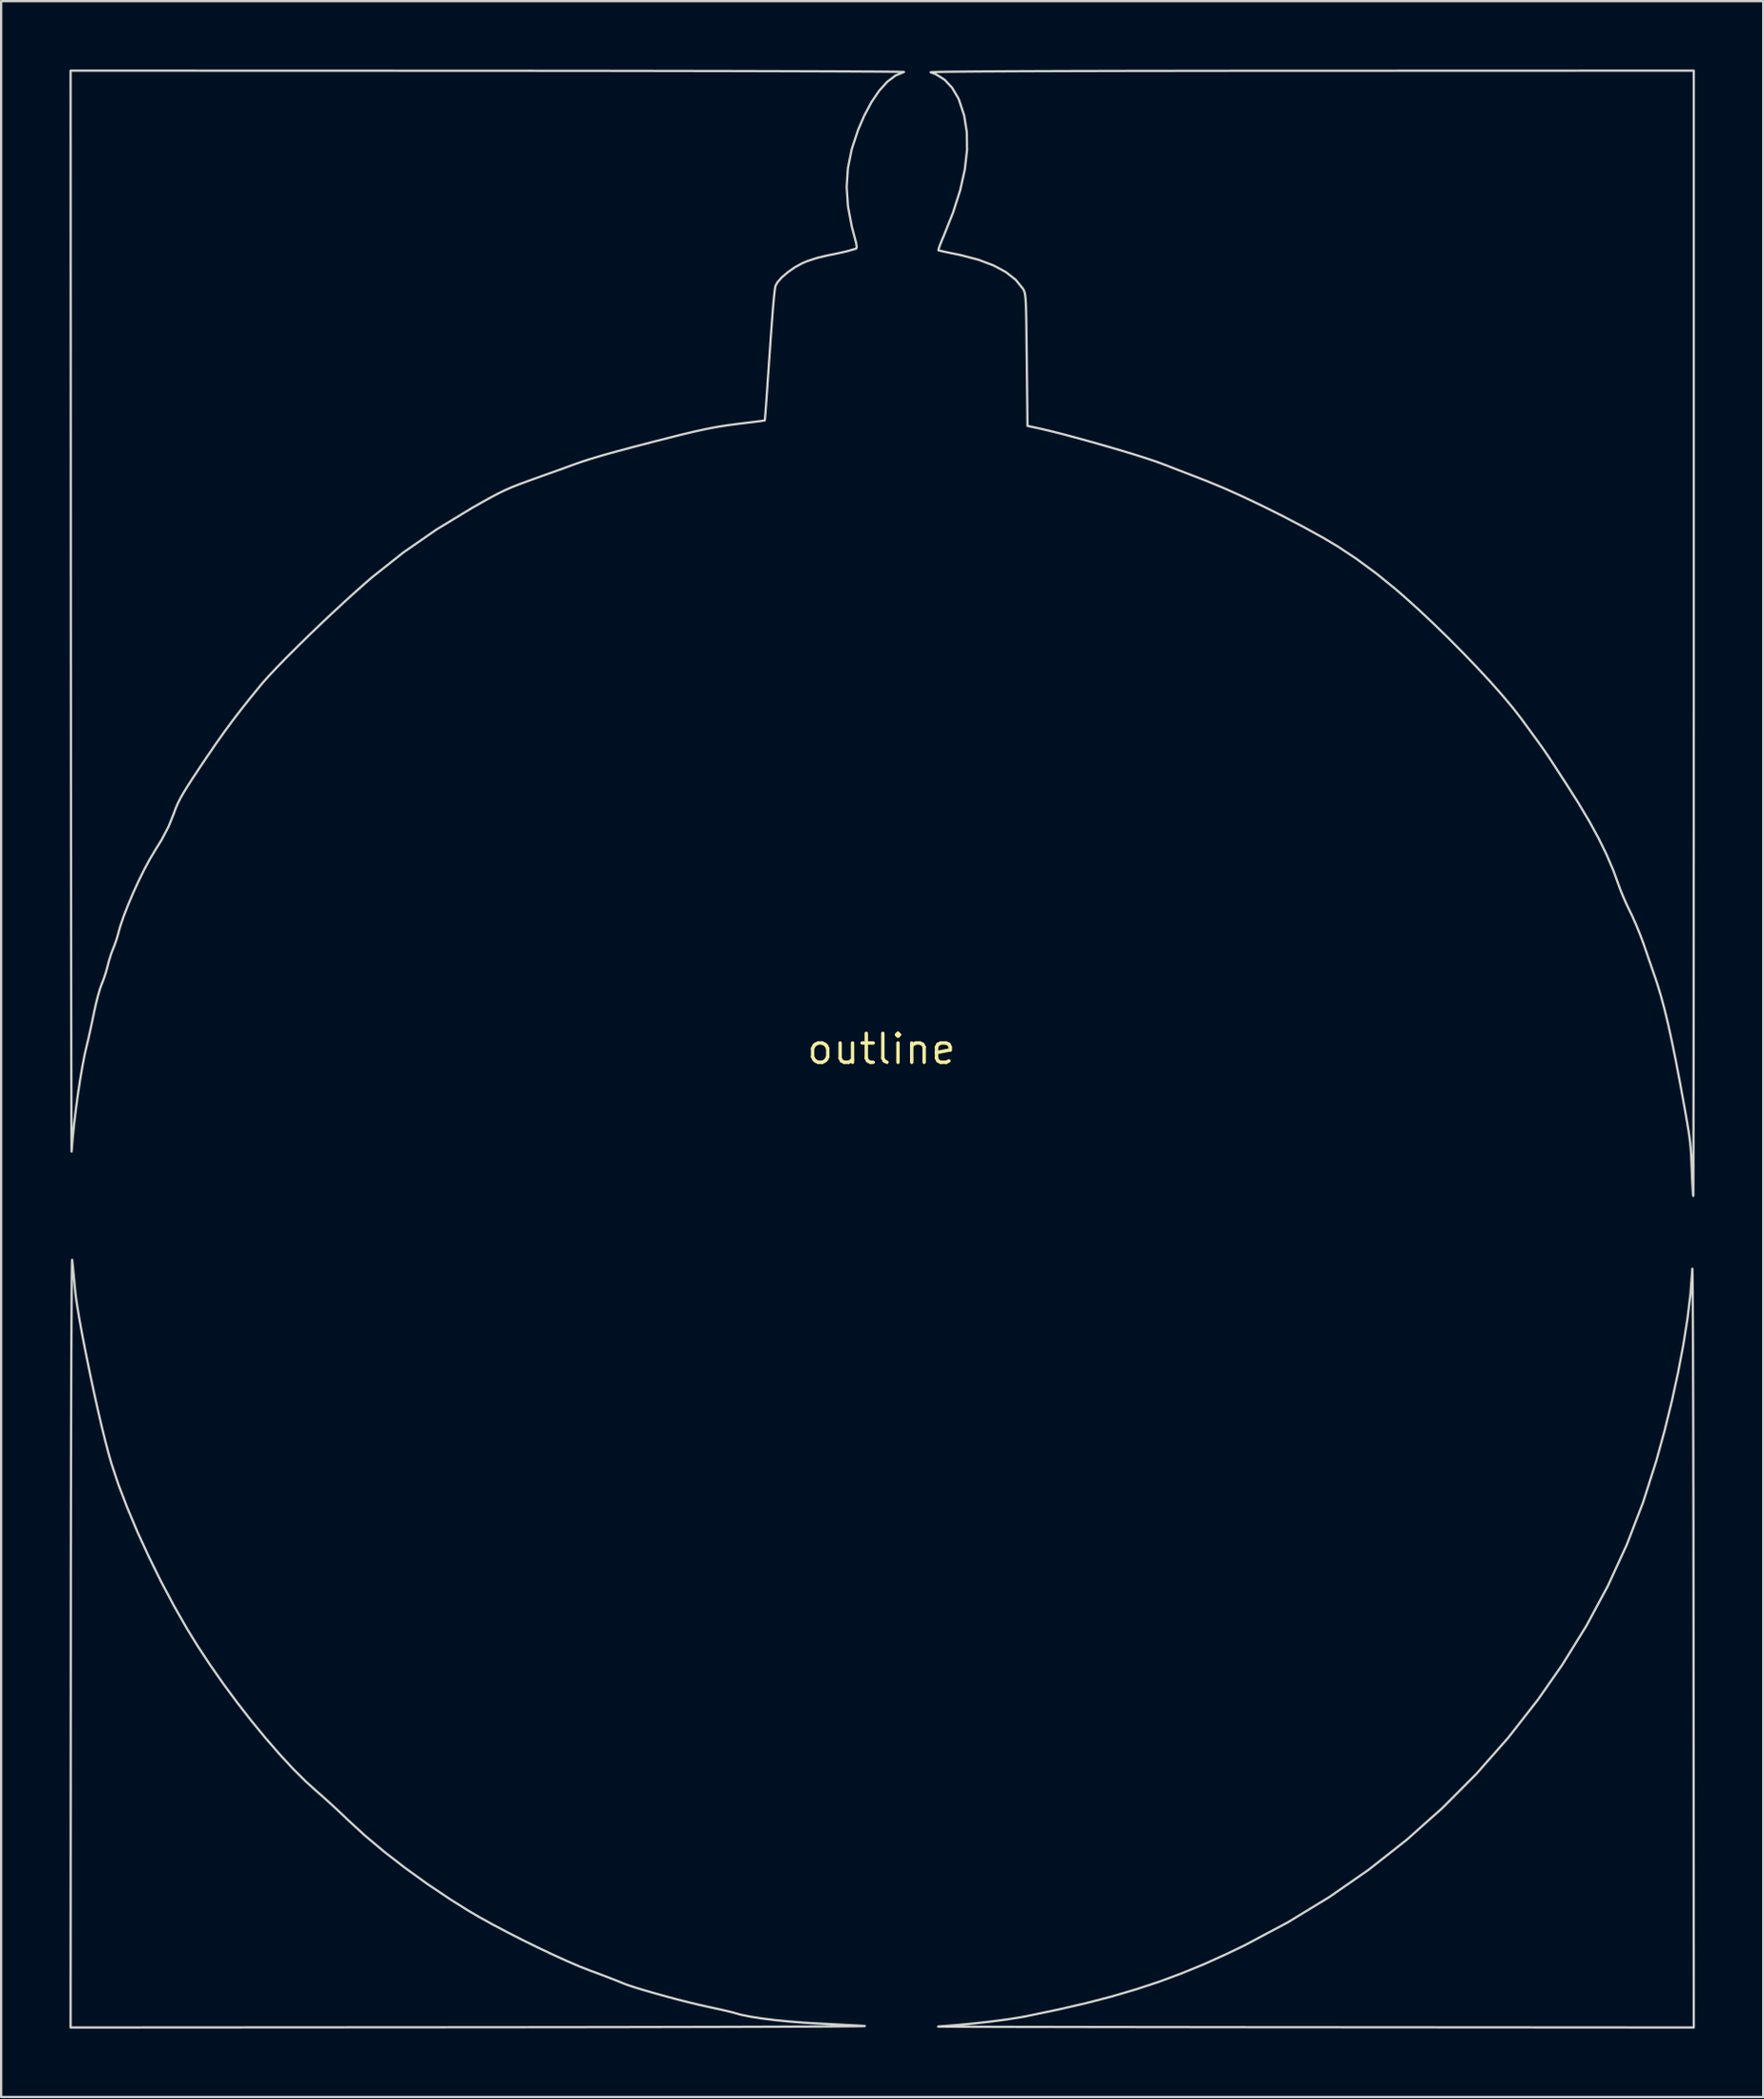
<source format=kicad_pcb>
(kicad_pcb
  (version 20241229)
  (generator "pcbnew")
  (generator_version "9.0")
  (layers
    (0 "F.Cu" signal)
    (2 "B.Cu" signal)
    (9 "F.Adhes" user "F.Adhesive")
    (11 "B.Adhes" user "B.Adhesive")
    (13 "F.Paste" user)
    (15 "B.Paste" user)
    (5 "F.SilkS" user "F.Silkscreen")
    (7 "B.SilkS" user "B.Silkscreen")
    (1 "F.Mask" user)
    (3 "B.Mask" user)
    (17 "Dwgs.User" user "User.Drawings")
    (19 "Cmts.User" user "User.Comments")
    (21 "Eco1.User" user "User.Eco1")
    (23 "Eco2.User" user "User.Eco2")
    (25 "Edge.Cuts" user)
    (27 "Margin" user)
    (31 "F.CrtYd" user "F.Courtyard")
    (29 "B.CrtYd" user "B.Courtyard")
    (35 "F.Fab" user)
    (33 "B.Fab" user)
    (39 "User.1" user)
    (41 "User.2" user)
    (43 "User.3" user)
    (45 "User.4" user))
  (footprint "outline"
    (layer "F.Cu")
    (at 35.661 43)
    (property "Reference" "outline" (at 0 0 0) (layer "F.SilkS") (effects (font (size 1.27 1.27) (thickness 0.15))))
    (attr board_only exclude_from_pos_files exclude_from_bom)
    (fp_poly (pts (xy 35.616 9.737) (xy 35.62 9.947) (xy 35.624 10.27) (xy 35.628 10.702) (xy 35.631 11.238) (xy 35.635 11.873) (xy 35.639 12.602) (xy 35.642 13.42) (xy 35.645 14.323) (xy 35.648 15.306) (xy 35.651 16.364) (xy 35.654 17.493) (xy 35.656 18.687) (xy 35.659 19.942) (xy 35.661 21.252) (xy 35.662 22.614) (xy 35.664 24.023) (xy 35.665 25.473) (xy 35.665 25.767) (xy 35.675 42.95) (xy 18.938 42.939) (xy 17.49 42.938) (xy 16.076 42.937) (xy 14.704 42.936) (xy 13.377 42.934) (xy 12.102 42.933) (xy 10.883 42.931) (xy 9.725 42.93) (xy 8.633 42.928) (xy 7.614 42.926) (xy 6.671 42.924) (xy 5.81 42.923) (xy 5.036 42.921) (xy 4.355 42.919) (xy 3.771 42.917) (xy 3.29 42.915) (xy 2.916 42.913) (xy 2.656 42.911) (xy 2.513 42.91) (xy 2.489 42.908) (xy 3.283 42.846) (xy 4.067 42.771) (xy 4.815 42.687) (xy 5.503 42.596) (xy 6.104 42.502) (xy 6.414 42.444) (xy 7.748 42.166) (xy 8.974 41.883) (xy 10.112 41.588) (xy 11.182 41.275) (xy 12.204 40.937) (xy 13.198 40.569) (xy 14.184 40.163) (xy 15.18 39.713) (xy 15.943 39.345) (xy 17.844 38.335) (xy 19.665 37.226) (xy 21.405 36.019) (xy 23.062 34.715) (xy 24.636 33.314) (xy 26.124 31.819) (xy 27.526 30.23) (xy 28.84 28.549) (xy 29.901 27.027) (xy 30.962 25.313) (xy 31.904 23.561) (xy 32.731 21.761) (xy 33.447 19.903) (xy 34.036 18.056) (xy 34.395 16.742) (xy 34.714 15.445) (xy 34.99 14.18) (xy 35.22 12.963) (xy 35.401 11.809) (xy 35.53 10.736) (xy 35.604 9.759) (xy 35.608 9.675) (xy 35.612 9.644)) (stroke (width 0.1) (type solid)) (fill no) (layer "Edge.Cuts"))
    (fp_poly (pts (xy -35.543 9.254) (xy -35.517 9.483) (xy -35.486 9.798) (xy -35.452 10.155) (xy -35.422 10.498) (xy -35.383 10.846) (xy -35.316 11.3) (xy -35.226 11.842) (xy -35.115 12.453) (xy -34.988 13.117) (xy -34.848 13.815) (xy -34.7 14.528) (xy -34.546 15.241) (xy -34.391 15.933) (xy -34.239 16.587) (xy -34.092 17.186) (xy -33.955 17.712) (xy -33.832 18.146) (xy -33.819 18.188) (xy -33.505 19.13) (xy -33.118 20.144) (xy -32.67 21.206) (xy -32.172 22.291) (xy -31.636 23.376) (xy -31.074 24.436) (xy -30.497 25.446) (xy -30.042 26.186) (xy -29.495 27.018) (xy -28.909 27.855) (xy -28.297 28.684) (xy -27.671 29.488) (xy -27.043 30.252) (xy -26.426 30.962) (xy -25.833 31.602) (xy -25.275 32.157) (xy -24.826 32.561) (xy -24.561 32.792) (xy -24.24 33.081) (xy -23.894 33.399) (xy -23.559 33.716) (xy -23.422 33.848) (xy -22.681 34.528) (xy -21.842 35.231) (xy -20.925 35.942) (xy -19.952 36.643) (xy -18.945 37.319) (xy -18.147 37.819) (xy -17.645 38.112) (xy -17.065 38.433) (xy -16.43 38.768) (xy -15.764 39.108) (xy -15.091 39.439) (xy -14.433 39.751) (xy -13.815 40.031) (xy -13.26 40.27) (xy -12.796 40.452) (xy -12.417 40.592) (xy -12.053 40.729) (xy -11.732 40.853) (xy -11.481 40.953) (xy -11.355 41.005) (xy -11.138 41.088) (xy -10.819 41.193) (xy -10.418 41.315) (xy -9.959 41.447) (xy -9.462 41.585) (xy -8.949 41.721) (xy -8.442 41.849) (xy -7.962 41.965) (xy -7.563 42.054) (xy -7.217 42.129) (xy -6.904 42.2) (xy -6.652 42.259) (xy -6.486 42.302) (xy -6.446 42.314) (xy -6.143 42.397) (xy -5.731 42.478) (xy -5.227 42.556) (xy -4.651 42.627) (xy -4.02 42.689) (xy -3.352 42.741) (xy -2.88 42.769) (xy -2.411 42.793) (xy -1.93 42.818) (xy -1.469 42.843) (xy -1.064 42.865) (xy -0.75 42.883) (xy -0.734 42.884) (xy -0.732 42.887) (xy -0.853 42.891) (xy -1.092 42.895) (xy -1.444 42.898) (xy -1.905 42.902) (xy -2.469 42.906) (xy -3.132 42.909) (xy -3.889 42.912) (xy -4.734 42.916) (xy -5.664 42.919) (xy -6.673 42.922) (xy -7.757 42.925) (xy -8.911 42.927) (xy -10.129 42.93) (xy -11.408 42.932) (xy -12.742 42.934) (xy -14.126 42.936) (xy -15.556 42.937) (xy -17.027 42.938) (xy -17.79 42.939) (xy -35.611 42.95) (xy -35.602 25.895) (xy -35.601 24.433) (xy -35.6 23.009) (xy -35.598 21.625) (xy -35.597 20.289) (xy -35.594 19.003) (xy -35.592 17.774) (xy -35.589 16.607) (xy -35.586 15.507) (xy -35.583 14.478) (xy -35.58 13.527) (xy -35.576 12.657) (xy -35.572 11.874) (xy -35.568 11.183) (xy -35.564 10.589) (xy -35.56 10.097) (xy -35.556 9.712) (xy -35.552 9.44) (xy -35.547 9.285) (xy -35.543 9.252)) (stroke (width 0.1) (type solid)) (fill no) (layer "Edge.Cuts"))
    (fp_poly (pts (xy 35.675 -18.252) (xy 35.675 -16.484) (xy 35.675 -14.749) (xy 35.674 -13.051) (xy 35.674 -11.394) (xy 35.674 -9.783) (xy 35.673 -8.222) (xy 35.672 -6.715) (xy 35.672 -5.267) (xy 35.671 -3.883) (xy 35.67 -2.565) (xy 35.669 -1.32) (xy 35.668 -0.151) (xy 35.667 0.938) (xy 35.665 1.942) (xy 35.664 2.857) (xy 35.663 3.678) (xy 35.662 4.402) (xy 35.66 5.023) (xy 35.659 5.538) (xy 35.657 5.942) (xy 35.656 6.23) (xy 35.654 6.399) (xy 35.653 6.446) (xy 35.643 6.385) (xy 35.631 6.218) (xy 35.616 5.963) (xy 35.6 5.641) (xy 35.587 5.313) (xy 35.571 4.932) (xy 35.557 4.623) (xy 35.539 4.359) (xy 35.517 4.114) (xy 35.485 3.862) (xy 35.442 3.576) (xy 35.384 3.229) (xy 35.309 2.796) (xy 35.266 2.553) (xy 35.071 1.477) (xy 34.888 0.519) (xy 34.715 -0.331) (xy 34.55 -1.083) (xy 34.39 -1.747) (xy 34.233 -2.331) (xy 34.078 -2.846) (xy 33.995 -3.095) (xy 33.858 -3.49) (xy 33.707 -3.928) (xy 33.561 -4.351) (xy 33.454 -4.661) (xy 33.315 -5.034) (xy 33.147 -5.444) (xy 32.976 -5.83) (xy 32.877 -6.033) (xy 32.723 -6.354) (xy 32.572 -6.695) (xy 32.446 -7.005) (xy 32.395 -7.148) (xy 32.145 -7.834) (xy 31.85 -8.525) (xy 31.502 -9.237) (xy 31.091 -9.99) (xy 30.608 -10.801) (xy 30.126 -11.561) (xy 29.924 -11.872) (xy 29.722 -12.183) (xy 29.543 -12.459) (xy 29.409 -12.665) (xy 29.401 -12.677) (xy 29.27 -12.874) (xy 29.115 -13.1) (xy 28.923 -13.37) (xy 28.686 -13.699) (xy 28.392 -14.102) (xy 28.08 -14.526) (xy 27.712 -14.999) (xy 27.26 -15.537) (xy 26.739 -16.125) (xy 26.162 -16.747) (xy 25.545 -17.389) (xy 24.903 -18.036) (xy 24.25 -18.671) (xy 23.602 -19.281) (xy 22.972 -19.849) (xy 22.56 -20.206) (xy 21.728 -20.88) (xy 20.877 -21.507) (xy 20.038 -22.064) (xy 19.441 -22.42) (xy 18.538 -22.917) (xy 17.617 -23.399) (xy 16.701 -23.856) (xy 15.815 -24.276) (xy 14.981 -24.648) (xy 14.224 -24.96) (xy 14.104 -25.006) (xy 13.697 -25.163) (xy 13.26 -25.331) (xy 12.839 -25.494) (xy 12.478 -25.634) (xy 12.381 -25.672) (xy 12.052 -25.792) (xy 11.62 -25.936) (xy 11.107 -26.098) (xy 10.534 -26.272) (xy 9.924 -26.451) (xy 9.297 -26.63) (xy 8.675 -26.802) (xy 8.08 -26.961) (xy 7.533 -27.101) (xy 7.055 -27.216) (xy 6.829 -27.267) (xy 6.414 -27.355) (xy 6.382 -30.255) (xy 6.374 -30.938) (xy 6.367 -31.505) (xy 6.361 -31.969) (xy 6.353 -32.34) (xy 6.344 -32.631) (xy 6.333 -32.854) (xy 6.32 -33.02) (xy 6.303 -33.141) (xy 6.282 -33.229) (xy 6.257 -33.296) (xy 6.226 -33.354) (xy 6.202 -33.391) (xy 5.893 -33.771) (xy 5.465 -34.107) (xy 4.918 -34.4) (xy 4.253 -34.65) (xy 3.471 -34.855) (xy 3.202 -34.91) (xy 2.925 -34.966) (xy 2.697 -35.015) (xy 2.547 -35.052) (xy 2.5 -35.068) (xy 2.513 -35.134) (xy 2.568 -35.291) (xy 2.656 -35.512) (xy 2.732 -35.688) (xy 3.148 -36.729) (xy 3.458 -37.703) (xy 3.661 -38.613) (xy 3.758 -39.46) (xy 3.748 -40.246) (xy 3.633 -40.975) (xy 3.412 -41.649) (xy 3.361 -41.764) (xy 3.1 -42.203) (xy 2.771 -42.551) (xy 2.385 -42.794) (xy 2.161 -42.877) (xy 2.2 -42.884) (xy 2.365 -42.891) (xy 2.656 -42.897) (xy 3.071 -42.903) (xy 3.61 -42.908) (xy 4.272 -42.914) (xy 5.055 -42.918) (xy 5.958 -42.923) (xy 6.981 -42.927) (xy 8.123 -42.931) (xy 9.382 -42.934) (xy 10.757 -42.937) (xy 12.248 -42.939) (xy 13.854 -42.941) (xy 15.572 -42.943) (xy 17.404 -42.944) (xy 18.811 -42.944) (xy 35.675 -42.95)) (stroke (width 0.1) (type solid)) (fill no) (layer "Edge.Cuts"))
    (fp_poly (pts (xy -17.215 -42.944) (xy -15.694 -42.943) (xy -14.207 -42.942) (xy -12.76 -42.941) (xy -11.357 -42.939) (xy -10.004 -42.937) (xy -8.706 -42.935) (xy -7.466 -42.933) (xy -6.291 -42.931) (xy -5.186 -42.928) (xy -4.154 -42.925) (xy -3.202 -42.922) (xy -2.334 -42.919) (xy -1.556 -42.916) (xy -0.871 -42.912) (xy -0.286 -42.909) (xy 0.196 -42.905) (xy 0.568 -42.901) (xy 0.826 -42.897) (xy 0.966 -42.893) (xy 0.989 -42.891) (xy 0.622 -42.738) (xy 0.259 -42.464) (xy -0.095 -42.073) (xy -0.435 -41.573) (xy -0.758 -40.967) (xy -1.027 -40.344) (xy -1.306 -39.498) (xy -1.473 -38.668) (xy -1.527 -37.836) (xy -1.469 -36.984) (xy -1.3 -36.093) (xy -1.191 -35.684) (xy -1.113 -35.388) (xy -1.086 -35.207) (xy -1.107 -35.137) (xy -1.109 -35.136) (xy -1.215 -35.107) (xy -1.379 -35.058) (xy -1.404 -35.05) (xy -1.559 -35.01) (xy -1.802 -34.955) (xy -2.098 -34.892) (xy -2.329 -34.846) (xy -2.82 -34.731) (xy -3.257 -34.589) (xy -3.485 -34.492) (xy -3.805 -34.315) (xy -4.109 -34.103) (xy -4.37 -33.88) (xy -4.561 -33.668) (xy -4.645 -33.523) (xy -4.662 -33.461) (xy -4.68 -33.361) (xy -4.699 -33.212) (xy -4.721 -33.007) (xy -4.746 -32.736) (xy -4.775 -32.392) (xy -4.807 -31.965) (xy -4.846 -31.447) (xy -4.889 -30.83) (xy -4.94 -30.104) (xy -4.998 -29.262) (xy -5.013 -29.041) (xy -5.041 -28.628) (xy -5.068 -28.261) (xy -5.091 -27.957) (xy -5.109 -27.735) (xy -5.121 -27.613) (xy -5.124 -27.596) (xy -5.188 -27.584) (xy -5.359 -27.561) (xy -5.617 -27.528) (xy -5.94 -27.488) (xy -6.286 -27.446) (xy -6.751 -27.385) (xy -7.201 -27.314) (xy -7.669 -27.225) (xy -8.184 -27.113) (xy -8.775 -26.972) (xy -9.094 -26.893) (xy -10.052 -26.65) (xy -10.89 -26.432) (xy -11.614 -26.238) (xy -12.23 -26.067) (xy -12.743 -25.915) (xy -13.158 -25.783) (xy -13.434 -25.686) (xy -13.69 -25.593) (xy -14.032 -25.468) (xy -14.426 -25.326) (xy -14.839 -25.179) (xy -15.125 -25.077) (xy -15.569 -24.918) (xy -15.933 -24.783) (xy -16.245 -24.658) (xy -16.533 -24.532) (xy -16.823 -24.391) (xy -17.142 -24.223) (xy -17.518 -24.015) (xy -17.965 -23.762) (xy -19.537 -22.809) (xy -21 -21.796) (xy -22.359 -20.719) (xy -22.557 -20.55) (xy -23.032 -20.132) (xy -23.54 -19.672) (xy -24.068 -19.184) (xy -24.602 -18.681) (xy -25.128 -18.176) (xy -25.632 -17.683) (xy -26.101 -17.215) (xy -26.521 -16.785) (xy -26.878 -16.407) (xy -27.159 -16.095) (xy -27.25 -15.987) (xy -27.728 -15.4) (xy -28.142 -14.879) (xy -28.514 -14.393) (xy -28.867 -13.913) (xy -29.223 -13.41) (xy -29.604 -12.853) (xy -29.622 -12.828) (xy -29.966 -12.316) (xy -30.245 -11.894) (xy -30.469 -11.547) (xy -30.645 -11.26) (xy -30.782 -11.019) (xy -30.89 -10.808) (xy -30.976 -10.614) (xy -31.049 -10.421) (xy -31.074 -10.349) (xy -31.305 -9.773) (xy -31.62 -9.173) (xy -31.903 -8.716) (xy -32.129 -8.34) (xy -32.373 -7.885) (xy -32.623 -7.377) (xy -32.866 -6.845) (xy -33.09 -6.318) (xy -33.282 -5.822) (xy -33.431 -5.385) (xy -33.507 -5.107) (xy -33.585 -4.833) (xy -33.688 -4.54) (xy -33.736 -4.424) (xy -33.831 -4.176) (xy -33.925 -3.876) (xy -33.982 -3.656) (xy -34.062 -3.363) (xy -34.164 -3.056) (xy -34.24 -2.862) (xy -34.312 -2.665) (xy -34.397 -2.378) (xy -34.485 -2.035) (xy -34.568 -1.671) (xy -34.586 -1.582) (xy -34.665 -1.202) (xy -34.749 -0.815) (xy -34.828 -0.463) (xy -34.894 -0.188) (xy -34.903 -0.153) (xy -34.996 0.259) (xy -35.094 0.771) (xy -35.193 1.357) (xy -35.289 1.99) (xy -35.378 2.644) (xy -35.456 3.292) (xy -35.519 3.907) (xy -35.565 4.462) (xy -35.567 4.499) (xy -35.569 4.46) (xy -35.57 4.297) (xy -35.572 4.015) (xy -35.574 3.618) (xy -35.575 3.111) (xy -35.577 2.498) (xy -35.578 1.784) (xy -35.58 0.972) (xy -35.582 0.068) (xy -35.583 -0.926) (xy -35.585 -2.003) (xy -35.586 -3.161) (xy -35.588 -4.394) (xy -35.589 -5.698) (xy -35.591 -7.069) (xy -35.592 -8.503) (xy -35.594 -9.995) (xy -35.595 -11.54) (xy -35.596 -13.136) (xy -35.597 -14.776) (xy -35.598 -16.458) (xy -35.599 -18.176) (xy -35.6 -19.066) (xy -35.611 -42.95)) (stroke (width 0.1) (type solid)) (fill no) (layer "Edge.Cuts")))
  (gr_rect
    (start -3 -3)
    (end 74.386 89.001)
    (stroke (width 0.1) (type default))
    (fill no)
    (layer "Edge.Cuts")))
</source>
